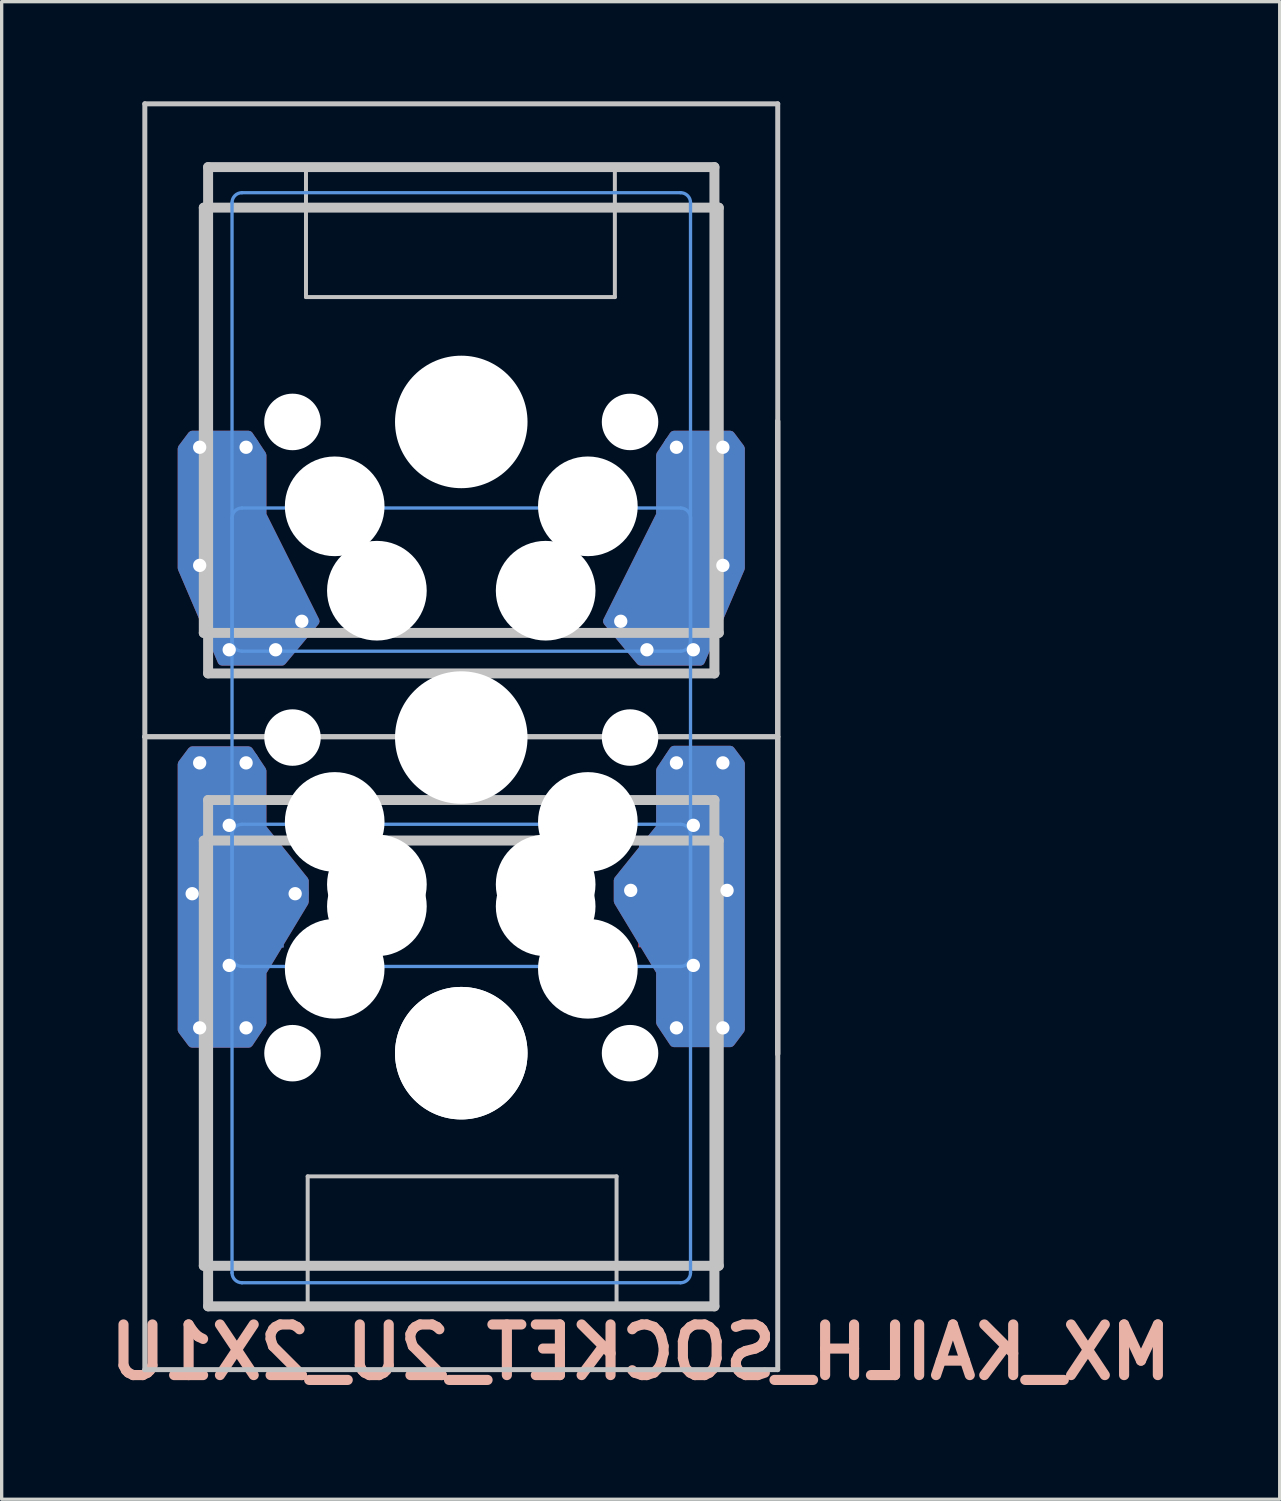
<source format=kicad_pcb>
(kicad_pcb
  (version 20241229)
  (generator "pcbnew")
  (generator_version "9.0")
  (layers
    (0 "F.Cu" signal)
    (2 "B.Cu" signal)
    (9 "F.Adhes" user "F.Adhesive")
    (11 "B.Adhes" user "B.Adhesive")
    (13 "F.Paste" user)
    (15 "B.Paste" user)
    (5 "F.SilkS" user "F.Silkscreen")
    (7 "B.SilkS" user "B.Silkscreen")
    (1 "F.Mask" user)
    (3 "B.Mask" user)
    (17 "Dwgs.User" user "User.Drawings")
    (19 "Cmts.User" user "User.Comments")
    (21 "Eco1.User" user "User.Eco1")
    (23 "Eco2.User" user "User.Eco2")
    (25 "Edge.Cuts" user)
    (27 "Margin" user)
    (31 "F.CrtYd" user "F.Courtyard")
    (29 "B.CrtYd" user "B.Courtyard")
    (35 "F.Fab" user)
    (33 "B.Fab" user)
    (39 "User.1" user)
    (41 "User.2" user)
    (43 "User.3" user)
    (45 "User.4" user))
  (footprint "MX_KAILH_SOCKET_2U_2X1U"
    (layer "F.Cu")
    (at 10.834 19.15)
    (property "Reference" "MX_KAILH_SOCKET_2U_2X1U" (at 5.4 18.5 0) (layer "B.SilkS") (effects (font (size 1.524 1.524) (thickness 0.305)) (justify mirror)))
    (attr through_hole)
    (fp_poly (pts (xy -6.807 5.792) (xy -7.315 5.792) (xy -7.315 5.131) (xy -6.807 5.131)) (stroke (width 0.1) (type solid)) (fill yes) (layer "B.Cu"))
    (fp_line (start -9.525 -19.075) (end 9.525 -19.075) (stroke (width 0.15) (type solid)) (layer "Dwgs.User"))
    (fp_line (start -9.525 -0.025) (end -9.525 -19.075) (stroke (width 0.15) (type solid)) (layer "Dwgs.User"))
    (fp_line (start -9.525 -0.025) (end 9.525 -0.025) (stroke (width 0.15) (type solid)) (layer "Dwgs.User"))
    (fp_line (start -9.525 19.025) (end -9.525 -0.025) (stroke (width 0.15) (type solid)) (layer "Dwgs.User"))
    (fp_line (start -7.75 -15.95) (end -7.75 -3.15) (stroke (width 0.3) (type solid)) (layer "Dwgs.User"))
    (fp_line (start -7.75 -3.15) (end 7.75 -3.15) (stroke (width 0.3) (type solid)) (layer "Dwgs.User"))
    (fp_line (start -7.75 15.9) (end -7.75 3.1) (stroke (width 0.3) (type solid)) (layer "Dwgs.User"))
    (fp_line (start -7.75 15.9) (end 7.75 15.9) (stroke (width 0.3) (type solid)) (layer "Dwgs.User"))
    (fp_line (start -7.62 -17.17) (end 7.62 -17.17) (stroke (width 0.3) (type solid)) (layer "Dwgs.User"))
    (fp_line (start -7.62 -1.93) (end -7.62 -17.17) (stroke (width 0.3) (type solid)) (layer "Dwgs.User"))
    (fp_line (start -7.62 1.88) (end 7.62 1.88) (stroke (width 0.3) (type solid)) (layer "Dwgs.User"))
    (fp_line (start -7.62 17.12) (end -7.62 1.88) (stroke (width 0.3) (type solid)) (layer "Dwgs.User"))
    (fp_line (start -4.674 -13.258) (end -4.674 -17.221) (stroke (width 0.12) (type solid)) (layer "Dwgs.User"))
    (fp_line (start -4.674 -13.258) (end 4.623 -13.258) (stroke (width 0.12) (type solid)) (layer "Dwgs.User"))
    (fp_line (start -4.623 13.208) (end -4.623 17.171) (stroke (width 0.12) (type solid)) (layer "Dwgs.User"))
    (fp_line (start 4.623 -13.258) (end 4.623 -17.221) (stroke (width 0.12) (type solid)) (layer "Dwgs.User"))
    (fp_line (start 4.674 13.208) (end -4.623 13.208) (stroke (width 0.12) (type solid)) (layer "Dwgs.User"))
    (fp_line (start 4.674 13.208) (end 4.674 17.171) (stroke (width 0.12) (type solid)) (layer "Dwgs.User"))
    (fp_line (start 7.62 -17.17) (end 7.62 -1.93) (stroke (width 0.3) (type solid)) (layer "Dwgs.User"))
    (fp_line (start 7.62 -1.93) (end -7.62 -1.93) (stroke (width 0.3) (type solid)) (layer "Dwgs.User"))
    (fp_line (start 7.62 1.88) (end 7.62 17.12) (stroke (width 0.3) (type solid)) (layer "Dwgs.User"))
    (fp_line (start 7.62 17.12) (end -7.62 17.12) (stroke (width 0.3) (type solid)) (layer "Dwgs.User"))
    (fp_line (start 7.75 -15.95) (end -7.75 -15.95) (stroke (width 0.3) (type solid)) (layer "Dwgs.User"))
    (fp_line (start 7.75 -15.95) (end 7.75 -3.15) (stroke (width 0.3) (type solid)) (layer "Dwgs.User"))
    (fp_line (start 7.75 3.1) (end -7.75 3.1) (stroke (width 0.3) (type solid)) (layer "Dwgs.User"))
    (fp_line (start 7.75 15.9) (end 7.75 3.1) (stroke (width 0.3) (type solid)) (layer "Dwgs.User"))
    (fp_line (start 9.525 -19.075) (end 9.525 -0.025) (stroke (width 0.15) (type solid)) (layer "Dwgs.User"))
    (fp_line (start 9.525 -9.525) (end 9.525 9.525) (stroke (width 0.15) (type solid)) (layer "Dwgs.User"))
    (fp_line (start 9.525 -0.025) (end -9.525 -0.025) (stroke (width 0.15) (type solid)) (layer "Dwgs.User"))
    (fp_line (start 9.525 -0.025) (end 9.525 19.025) (stroke (width 0.15) (type solid)) (layer "Dwgs.User"))
    (fp_line (start 9.525 9.525) (end 9.525 -9.525) (stroke (width 0.15) (type solid)) (layer "Dwgs.User"))
    (fp_line (start 9.525 19.025) (end -9.525 19.025) (stroke (width 0.15) (type solid)) (layer "Dwgs.User"))
    (fp_line (start -6.9 -16.1) (end -6.9 -2.9) (stroke (width 0.1) (type solid)) (layer "Cmts.User"))
    (fp_line (start -6.9 -6.61) (end -6.9 6.59) (stroke (width 0.1) (type solid)) (layer "Cmts.User"))
    (fp_line (start -6.9 2.91) (end -6.9 16.11) (stroke (width 0.1) (type solid)) (layer "Cmts.User"))
    (fp_line (start -6.6 -2.6) (end 6.6 -2.6) (stroke (width 0.1) (type solid)) (layer "Cmts.User"))
    (fp_line (start -6.6 6.89) (end 6.6 6.89) (stroke (width 0.1) (type solid)) (layer "Cmts.User"))
    (fp_line (start -6.6 16.41) (end 6.6 16.41) (stroke (width 0.1) (type solid)) (layer "Cmts.User"))
    (fp_line (start 6.6 -16.4) (end -6.6 -16.4) (stroke (width 0.1) (type solid)) (layer "Cmts.User"))
    (fp_line (start 6.6 -6.91) (end -6.6 -6.91) (stroke (width 0.1) (type solid)) (layer "Cmts.User"))
    (fp_line (start 6.6 2.61) (end -6.6 2.61) (stroke (width 0.1) (type solid)) (layer "Cmts.User"))
    (fp_line (start 6.9 -2.9) (end 6.9 -16.1) (stroke (width 0.1) (type solid)) (layer "Cmts.User"))
    (fp_line (start 6.9 6.59) (end 6.9 -6.61) (stroke (width 0.1) (type solid)) (layer "Cmts.User"))
    (fp_line (start 6.9 16.11) (end 6.9 2.91) (stroke (width 0.1) (type solid)) (layer "Cmts.User"))
    (fp_arc (start -6.9 -16.1) (mid -6.812132 -16.312132) (end -6.6 -16.4) (stroke (width 0.1) (type solid)) (layer "Cmts.User"))
    (fp_arc (start -6.9 -6.61) (mid -6.812132 -6.822132) (end -6.6 -6.91) (stroke (width 0.1) (type solid)) (layer "Cmts.User"))
    (fp_arc (start -6.9 2.91) (mid -6.812132 2.697868) (end -6.6 2.61) (stroke (width 0.1) (type solid)) (layer "Cmts.User"))
    (fp_arc (start -6.6 -2.6) (mid -6.812132 -2.687868) (end -6.9 -2.9) (stroke (width 0.1) (type solid)) (layer "Cmts.User"))
    (fp_arc (start -6.6 6.89) (mid -6.812132 6.802132) (end -6.9 6.59) (stroke (width 0.1) (type solid)) (layer "Cmts.User"))
    (fp_arc (start -6.6 16.41) (mid -6.812132 16.322132) (end -6.9 16.11) (stroke (width 0.1) (type solid)) (layer "Cmts.User"))
    (fp_arc (start 6.6 -16.4) (mid 6.812132 -16.312132) (end 6.9 -16.1) (stroke (width 0.1) (type solid)) (layer "Cmts.User"))
    (fp_arc (start 6.6 -6.91) (mid 6.812132 -6.822132) (end 6.9 -6.61) (stroke (width 0.1) (type solid)) (layer "Cmts.User"))
    (fp_arc (start 6.6 2.61) (mid 6.812132 2.697868) (end 6.9 2.91) (stroke (width 0.1) (type solid)) (layer "Cmts.User"))
    (fp_arc (start 6.9 -2.9) (mid 6.812132 -2.687868) (end 6.6 -2.6) (stroke (width 0.1) (type solid)) (layer "Cmts.User"))
    (fp_arc (start 6.9 6.59) (mid 6.812132 6.802132) (end 6.6 6.89) (stroke (width 0.1) (type solid)) (layer "Cmts.User"))
    (fp_arc (start 6.9 16.11) (mid 6.812132 16.322132) (end 6.6 16.41) (stroke (width 0.1) (type solid)) (layer "Cmts.User"))
    (fp_line (start -6.95 -16.15) (end -6.95 -2.85) (stroke (width 0.1) (type solid)) (layer "Eco1.User"))
    (fp_line (start -6.95 -6.66) (end -6.95 6.64) (stroke (width 0.1) (type solid)) (layer "Eco1.User"))
    (fp_line (start -6.95 2.86) (end -6.95 16.16) (stroke (width 0.1) (type solid)) (layer "Eco1.User"))
    (fp_line (start -6.65 -2.55) (end 6.65 -2.55) (stroke (width 0.1) (type solid)) (layer "Eco1.User"))
    (fp_line (start -6.65 6.94) (end 6.65 6.94) (stroke (width 0.1) (type solid)) (layer "Eco1.User"))
    (fp_line (start -6.65 16.46) (end 6.65 16.46) (stroke (width 0.1) (type solid)) (layer "Eco1.User"))
    (fp_line (start 6.65 -16.45) (end -6.65 -16.45) (stroke (width 0.1) (type solid)) (layer "Eco1.User"))
    (fp_line (start 6.65 -6.96) (end -6.65 -6.96) (stroke (width 0.1) (type solid)) (layer "Eco1.User"))
    (fp_line (start 6.65 2.56) (end -6.65 2.56) (stroke (width 0.1) (type solid)) (layer "Eco1.User"))
    (fp_line (start 6.95 -16.15) (end 6.95 -2.85) (stroke (width 0.1) (type solid)) (layer "Eco1.User"))
    (fp_line (start 6.95 -6.66) (end 6.95 6.64) (stroke (width 0.1) (type solid)) (layer "Eco1.User"))
    (fp_line (start 6.95 2.86) (end 6.95 16.16) (stroke (width 0.1) (type solid)) (layer "Eco1.User"))
    (fp_arc (start -6.95 -16.15) (mid -6.862132 -16.362132) (end -6.65 -16.45) (stroke (width 0.1) (type solid)) (layer "Eco1.User"))
    (fp_arc (start -6.95 -6.66) (mid -6.862132 -6.872132) (end -6.65 -6.96) (stroke (width 0.1) (type solid)) (layer "Eco1.User"))
    (fp_arc (start -6.95 2.86) (mid -6.862132 2.647868) (end -6.65 2.56) (stroke (width 0.1) (type solid)) (layer "Eco1.User"))
    (fp_arc (start -6.65 -2.55) (mid -6.862132 -2.637868) (end -6.95 -2.85) (stroke (width 0.1) (type solid)) (layer "Eco1.User"))
    (fp_arc (start -6.65 6.94) (mid -6.862132 6.852132) (end -6.95 6.64) (stroke (width 0.1) (type solid)) (layer "Eco1.User"))
    (fp_arc (start -6.65 16.46) (mid -6.862132 16.372132) (end -6.95 16.16) (stroke (width 0.1) (type solid)) (layer "Eco1.User"))
    (fp_arc (start 6.65 -16.45) (mid 6.862132 -16.362132) (end 6.95 -16.15) (stroke (width 0.1) (type solid)) (layer "Eco1.User"))
    (fp_arc (start 6.65 -6.96) (mid 6.862132 -6.872132) (end 6.95 -6.66) (stroke (width 0.1) (type solid)) (layer "Eco1.User"))
    (fp_arc (start 6.65 2.56) (mid 6.862132 2.647868) (end 6.95 2.86) (stroke (width 0.1) (type solid)) (layer "Eco1.User"))
    (fp_arc (start 6.95 -2.85) (mid 6.862132 -2.637868) (end 6.65 -2.55) (stroke (width 0.1) (type solid)) (layer "Eco1.User"))
    (fp_arc (start 6.95 6.64) (mid 6.862132 6.852132) (end 6.65 6.94) (stroke (width 0.1) (type solid)) (layer "Eco1.User"))
    (fp_arc (start 6.95 16.16) (mid 6.862132 16.372132) (end 6.65 16.46) (stroke (width 0.1) (type solid)) (layer "Eco1.User"))
    (fp_line (start -9 -18.5) (end 9 -18.5) (stroke (width 0.12) (type solid)) (layer "Eco2.User"))
    (fp_line (start -9 -0.5) (end 9 -0.5) (stroke (width 0.12) (type solid)) (layer "Eco2.User"))
    (fp_line (start -9 18.5) (end -9 -18.5) (stroke (width 0.12) (type solid)) (layer "Eco2.User"))
    (fp_line (start 9 -18.5) (end 9 18.5) (stroke (width 0.12) (type solid)) (layer "Eco2.User"))
    (fp_line (start 9 0.5) (end -9 0.5) (stroke (width 0.12) (type solid)) (layer "Eco2.User"))
    (fp_line (start 9 18.5) (end -9 18.5) (stroke (width 0.12) (type solid)) (layer "Eco2.User"))
    (pad "" np_thru_hole circle (at -5.08 -9.5 180) (size 1.702 1.702) (drill 1.702) (layers "*.Cu" "*.Mask"))
    (pad "" np_thru_hole circle (at -5.08 0) (size 1.7 1.7) (drill 1.7) (layers "*.Cu" "*.Mask"))
    (pad "" np_thru_hole circle (at -5.08 9.5) (size 1.7 1.7) (drill 1.7) (layers "*.Cu" "*.Mask"))
    (pad "" np_thru_hole circle (at -3.81 -6.96 180) (size 3 3) (drill 3) (layers "*.Cu" "*.Mask"))
    (pad "" np_thru_hole circle (at -3.81 2.54 180) (size 3 3) (drill 3) (layers "*.Cu" "*.Mask"))
    (pad "" np_thru_hole circle (at -3.81 6.96) (size 3 3) (drill 3) (layers "*.Cu" "*.Mask"))
    (pad "" np_thru_hole circle (at -2.54 -4.42 180) (size 3 3) (drill 3) (layers "*.Cu" "*.Mask"))
    (pad "" np_thru_hole circle (at -2.54 4.42) (size 3 3) (drill 3) (layers "*.Cu" "*.Mask"))
    (pad "" np_thru_hole circle (at -2.54 5.08 180) (size 3 3) (drill 3) (layers "*.Cu" "*.Mask"))
    (pad "" np_thru_hole circle (at 0 -9.5 180) (size 3.988 3.988) (drill 3.988) (layers "*.Cu" "*.Mask"))
    (pad "" np_thru_hole circle (at 0 0 180) (size 3.988 3.988) (drill 3.988) (layers "*.Cu" "*.Mask"))
    (pad "" np_thru_hole circle (at 0 9.5) (size 3.988 3.988) (drill 3.988) (layers "*.Cu" "*.Mask"))
    (pad "" np_thru_hole circle (at 0 9.5) (size 3.988 3.988) (drill 3.988) (layers "*.Cu" "*.Mask"))
    (pad "" np_thru_hole circle (at 2.54 -4.42 180) (size 3 3) (drill 3) (layers "*.Cu" "*.Mask"))
    (pad "" np_thru_hole circle (at 2.54 4.42) (size 3 3) (drill 3) (layers "*.Cu" "*.Mask"))
    (pad "" np_thru_hole circle (at 2.54 5.08 180) (size 3 3) (drill 3) (layers "*.Cu" "*.Mask"))
    (pad "" np_thru_hole circle (at 3.81 -6.96 180) (size 3 3) (drill 3) (layers "*.Cu" "*.Mask"))
    (pad "" np_thru_hole circle (at 3.81 2.54 180) (size 3 3) (drill 3) (layers "*.Cu" "*.Mask"))
    (pad "" np_thru_hole circle (at 3.81 6.96) (size 3 3) (drill 3) (layers "*.Cu" "*.Mask"))
    (pad "" np_thru_hole circle (at 5.08 -9.5) (size 1.7 1.7) (drill 1.7) (layers "*.Cu" "*.Mask"))
    (pad "" np_thru_hole circle (at 5.08 0) (size 1.7 1.7) (drill 1.7) (layers "*.Cu" "*.Mask"))
    (pad "" np_thru_hole circle (at 5.08 9.5) (size 1.7 1.7) (drill 1.7) (layers "*.Cu" "*.Mask"))
    (pad "A" thru_hole circle (at 4.8 -3.5 180) (size 0.8 0.8) (drill 0.4) (layers "*.Cu"))
    (pad "A" thru_hole circle (at 5.588 -2.642 180) (size 0.8 0.8) (drill 0.4) (layers "*.Cu"))
    (pad "A" smd rect (at 6.399 -4.433) (size 2.15 2.5) (layers "F.Cu" "F.Mask"))
    (pad "A" thru_hole circle (at 6.477 -8.738 180) (size 0.8 0.8) (drill 0.4) (layers "*.Cu"))
    (pad "A" smd custom (at 6.499 -4.433) (size 2.15 2.5) (layers "F.Cu") (options (anchor rect)) (primitives (gr_poly (pts (xy -0.499 -4.067) (xy -0.499 -2.267) (xy -2.099 0.933) (xy -1.099 2.133) (xy 0.701 2.133) (xy 1.901 -0.667) (xy 1.901 -4.267) (xy 1.601 -4.667) (xy -0.099 -4.667)) (width 0.27) (fill yes))))
    (pad "A" thru_hole circle (at 6.985 -2.642 180) (size 0.8 0.8) (drill 0.4) (layers "*.Cu"))
    (pad "A" smd rect (at 7.2 -6.96) (size 2.35 2.5) (layers "B.Cu" "B.Mask"))
    (pad "A" smd custom (at 7.285 -6.96) (size 2.35 2.5) (layers "B.Cu") (options (anchor rect)) (primitives (gr_poly (pts (xy -1.285 -1.54) (xy -1.285 0.26) (xy -2.885 3.46) (xy -1.885 4.66) (xy -0.085 4.66) (xy 1.115 1.86) (xy 1.115 -1.74) (xy 0.815 -2.14) (xy -0.885 -2.14)) (width 0.27) (fill yes))))
    (pad "A" thru_hole circle (at 7.874 -8.738 180) (size 0.8 0.8) (drill 0.4) (layers "*.Cu"))
    (pad "A" thru_hole circle (at 7.874 -5.182 180) (size 0.8 0.8) (drill 0.4) (layers "*.Cu"))
    (pad "B" thru_hole circle (at -7.874 -8.738 180) (size 0.8 0.8) (drill 0.4) (layers "*.Cu"))
    (pad "B" thru_hole circle (at -7.874 -5.182 180) (size 0.8 0.8) (drill 0.4) (layers "*.Cu"))
    (pad "B" smd rect (at -7.212 -6.96 180) (size 2.35 2.5) (layers "F.Cu" "F.Mask"))
    (pad "B" smd custom (at -7.212 -6.96) (size 2.35 2.5) (layers "F.Cu") (options (anchor rect)) (primitives (gr_poly (pts (xy 1.212 -1.54) (xy 1.212 0.26) (xy 2.812 3.46) (xy 1.812 4.66) (xy 0.012 4.66) (xy -1.188 1.86) (xy -1.188 -1.74) (xy -0.888 -2.14) (xy 0.812 -2.14)) (width 0.27) (fill yes))))
    (pad "B" thru_hole circle (at -6.985 -2.642 180) (size 0.8 0.8) (drill 0.4) (layers "*.Cu"))
    (pad "B" thru_hole circle (at -6.477 -8.738 180) (size 0.8 0.8) (drill 0.4) (layers "*.Cu"))
    (pad "B" smd rect (at -6.425 -4.433 180) (size 2.15 2.5) (layers "B.Cu" "B.Mask"))
    (pad "B" smd custom (at -6.425 -4.433) (size 2.15 2.5) (layers "B.Cu") (options (anchor rect)) (primitives (gr_poly (pts (xy 0.425 -4.067) (xy 0.425 -2.267) (xy 2.025 0.933) (xy 1.025 2.133) (xy -0.775 2.133) (xy -1.975 -0.667) (xy -1.975 -4.267) (xy -1.675 -4.667) (xy 0.025 -4.667)) (width 0.27) (fill yes))))
    (pad "B" thru_hole circle (at -5.588 -2.642 180) (size 0.8 0.8) (drill 0.4) (layers "*.Cu"))
    (pad "B" thru_hole circle (at -4.8 -3.5 180) (size 0.8 0.8) (drill 0.4) (layers "*.Cu"))
    (pad "C" thru_hole circle (at 5.1 4.6 180) (size 0.8 0.8) (drill 0.4) (layers "*.Cu"))
    (pad "C" smd rect (at 6.399 5.067) (size 2.15 2.5) (layers "F.Cu" "F.Mask"))
    (pad "C" smd rect (at 6.425 4.433) (size 2.15 2.5) (layers "B.Cu" "B.Mask"))
    (pad "C" smd custom (at 6.425 5.05) (size 2.15 2.5) (layers "F.Cu") (options (anchor rect)) (primitives (gr_poly (pts (xy -0.425 3.533) (xy -0.425 1.989) (xy -1.7 -0.124) (xy -1.7 -0.755) (xy -0.425 -2.342) (xy -0.425 -4.067) (xy -0.025 -4.667) (xy 1.675 -4.667) (xy 1.975 -4.267) (xy 1.975 0.133) (xy 1.975 3.733) (xy 1.675 4.133) (xy -0.025 4.133)) (width 0.27) (fill yes))))
    (pad "C" smd custom (at 6.425 5.05) (size 2.15 2.5) (layers "B.Cu") (options (anchor rect)) (primitives (gr_poly (pts (xy -0.425 3.533) (xy -0.425 1.989) (xy -1.7 -0.124) (xy -1.7 -0.755) (xy -0.425 -2.342) (xy -0.425 -4.067) (xy -0.025 -4.667) (xy 1.675 -4.667) (xy 1.975 -4.267) (xy 1.975 0.133) (xy 1.975 3.733) (xy 1.675 4.133) (xy -0.025 4.133)) (width 0.27) (fill yes))))
    (pad "C" thru_hole circle (at 6.477 0.762 180) (size 0.8 0.8) (drill 0.4) (layers "*.Cu"))
    (pad "C" thru_hole circle (at 6.477 8.738) (size 0.8 0.8) (drill 0.4) (layers "*.Cu"))
    (pad "C" thru_hole circle (at 6.985 2.642) (size 0.8 0.8) (drill 0.4) (layers "*.Cu"))
    (pad "C" thru_hole circle (at 6.985 6.858 180) (size 0.8 0.8) (drill 0.4) (layers "*.Cu"))
    (pad "C" smd rect (at 7.2 2.54) (size 2.35 2.5) (layers "B.Cu" "B.Mask"))
    (pad "C" smd rect (at 7.212 6.96) (size 2.35 2.5) (layers "F.Cu" "F.Mask"))
    (pad "C" thru_hole circle (at 7.874 0.762 180) (size 0.8 0.8) (drill 0.4) (layers "*.Cu"))
    (pad "C" thru_hole circle (at 7.874 8.738) (size 0.8 0.8) (drill 0.4) (layers "*.Cu"))
    (pad "C" thru_hole circle (at 8 4.6 180) (size 0.8 0.8) (drill 0.4) (layers "*.Cu"))
    (pad "D" thru_hole circle (at -8.1 4.7 180) (size 0.8 0.8) (drill 0.4) (layers "*.Cu"))
    (pad "D" thru_hole circle (at -7.874 0.762 180) (size 0.8 0.8) (drill 0.4) (layers "*.Cu"))
    (pad "D" thru_hole circle (at -7.874 8.738) (size 0.8 0.8) (drill 0.4) (layers "*.Cu"))
    (pad "D" smd rect (at -7.212 2.54 180) (size 2.35 2.5) (layers "F.Cu" "F.Mask"))
    (pad "D" smd rect (at -7.2 6.96 180) (size 2.35 2.5) (layers "B.Cu" "B.Mask"))
    (pad "D" thru_hole circle (at -6.985 2.642) (size 0.8 0.8) (drill 0.4) (layers "*.Cu"))
    (pad "D" thru_hole circle (at -6.985 6.858 180) (size 0.8 0.8) (drill 0.4) (layers "*.Cu"))
    (pad "D" smd rect (at -6.499 4.433 180) (size 2.15 2.5) (layers "F.Cu" "F.Mask"))
    (pad "D" thru_hole circle (at -6.477 0.762 180) (size 0.8 0.8) (drill 0.4) (layers "*.Cu"))
    (pad "D" thru_hole circle (at -6.477 8.738) (size 0.8 0.8) (drill 0.4) (layers "*.Cu"))
    (pad "D" smd rect (at -6.425 5.067) (size 2.15 2.5) (layers "B.Cu" "B.Mask"))
    (pad "D" smd custom (at -6.425 5.067) (size 2.15 2.5) (layers "F.Cu") (options (anchor rect)) (primitives (gr_poly (pts (xy 0.425 3.533) (xy 0.425 1.989) (xy 1.7 -0.124) (xy 1.7 -0.755) (xy 0.425 -2.342) (xy 0.425 -4.067) (xy 0.025 -4.667) (xy -1.675 -4.667) (xy -1.975 -4.267) (xy -1.975 0.133) (xy -1.975 3.733) (xy -1.675 4.133) (xy 0.025 4.133)) (width 0.27) (fill yes))))
    (pad "D" smd custom (at -6.425 5.067) (size 2.15 2.5) (layers "B.Cu") (options (anchor rect)) (primitives (gr_poly (pts (xy 0.425 3.533) (xy 0.425 1.989) (xy 1.7 -0.124) (xy 1.7 -0.755) (xy 0.425 -2.342) (xy 0.425 -4.067) (xy 0.025 -4.667) (xy -1.675 -4.667) (xy -1.975 -4.267) (xy -1.975 0.133) (xy -1.975 3.733) (xy -1.675 4.133) (xy 0.025 4.133)) (width 0.27) (fill yes))))
    (pad "D" thru_hole circle (at -5 4.7) (size 0.8 0.8) (drill 0.4) (layers "*.Cu")))
  (gr_rect
    (start -3 -3)
    (end 35.468 42.076)
    (stroke (width 0.1) (type default))
    (fill no)
    (layer "Edge.Cuts")))
</source>
